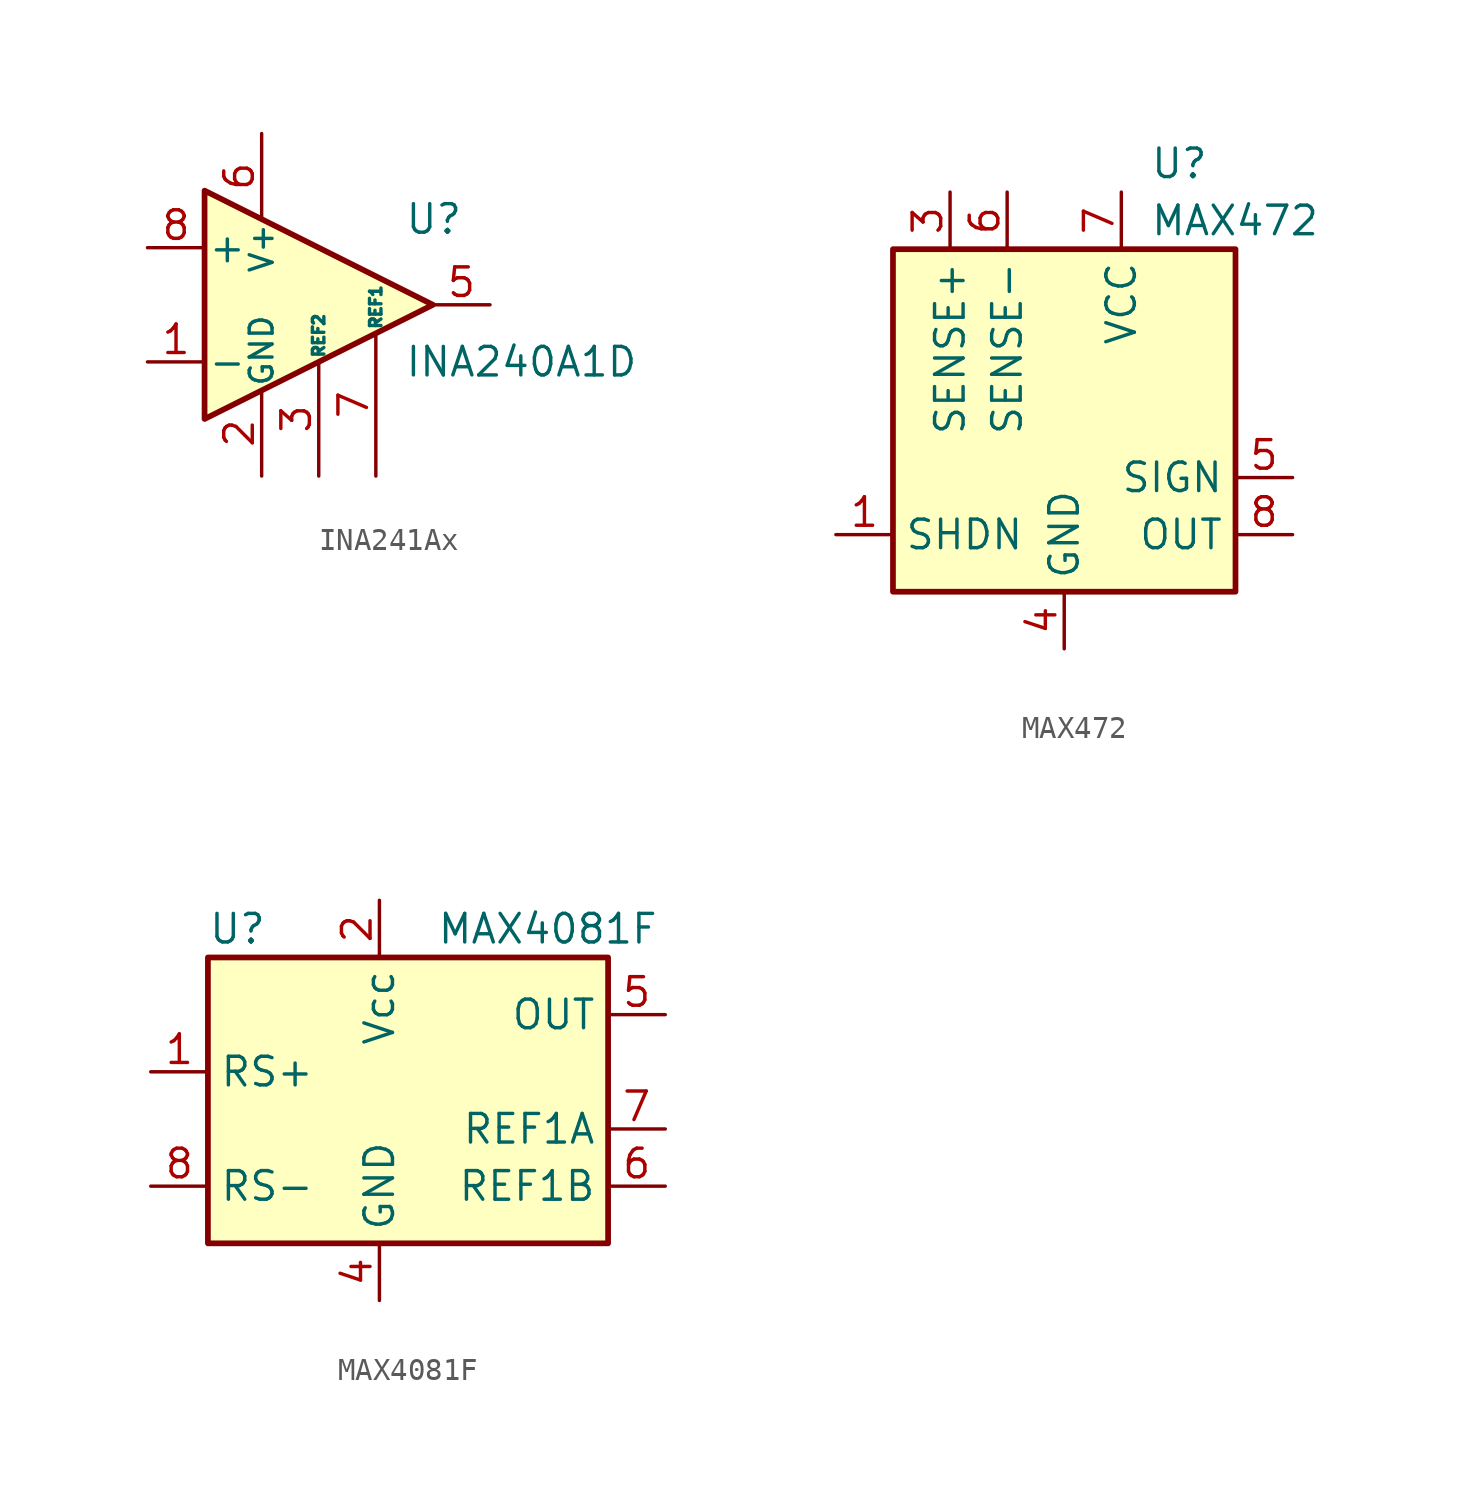
<source format=kicad_sym>
(kicad_symbol_lib
  (version 20220914)
  (generator kicad_symbol_editor)
  (symbol "INA241Ax"
    (pin_names
      (offset 0.127))
    (property "Reference" "U"
      (at 3.81 3.81 0)
      (effects (font (size 1.27 1.27)) (justify left)))
    (property "Value" "INA240A1D"
      (at 3.81 -2.54 0)
      (effects (font (size 1.27 1.27)) (justify left)))
    (symbol "INA241Ax_0_1"
      (polyline (pts (xy 5.08 0) (xy -5.08 5.08) (xy -5.08 -5.08) (xy 5.08 0)) (stroke (width 0.254) (type default)) (fill (type background))))
    (symbol "INA241Ax_1_1"
      (pin input line (at -7.62 -2.54 0) (length 2.54) (name "-" (effects (font (size 1.27 1.27)))) (number "1" (effects (font (size 1.27 1.27)))))
      (pin power_in line (at -2.54 -7.62 90) (length 3.81) (name "GND" (effects (font (size 1.016 1.016)))) (number "2" (effects (font (size 1.27 1.27)))))
      (pin passive line (at 0 -7.62 90) (length 5.08) (name "REF2" (effects (font (size 0.508 0.508)))) (number "3" (effects (font (size 1.27 1.27)))))
      (pin passive line (at -2.54 -7.62 90) (length 3.81) hide (name "GND" (effects (font (size 1.016 1.016)))) (number "4" (effects (font (size 1.27 1.27)))))
      (pin output line (at 7.62 0 180) (length 2.54) (name "~" (effects (font (size 1.27 1.27)))) (number "5" (effects (font (size 1.27 1.27)))))
      (pin power_in line (at -2.54 7.62 270) (length 3.81) (name "V+" (effects (font (size 1.016 1.016)))) (number "6" (effects (font (size 1.27 1.27)))))
      (pin passive line (at 2.54 -7.62 90) (length 6.35) (name "REF1" (effects (font (size 0.508 0.508)))) (number "7" (effects (font (size 1.27 1.27)))))
      (pin input line (at -7.62 2.54 0) (length 2.54) (name "+" (effects (font (size 1.27 1.27)))) (number "8" (effects (font (size 1.27 1.27)))))))
  (symbol "MAX472"
    (property "Reference" "U"
      (at 3.81 11.43 0)
      (effects (font (size 1.27 1.27)) (justify left)))
    (property "Value" "MAX472"
      (at 3.81 8.89 0)
      (effects (font (size 1.27 1.27)) (justify left)))
    (symbol "MAX472_0_1"
      (rectangle (start -7.62 7.62) (end 7.62 -7.62) (stroke (width 0.254) (type default)) (fill (type background))))
    (symbol "MAX472_1_1"
      (pin input line (at -10.16 -5.08 0) (length 2.54) (name "SHDN" (effects (font (size 1.27 1.27)))) (number "1" (effects (font (size 1.27 1.27)))))
      (pin no_connect line (at 10.16 2.54 180) (length 2.54) hide (name "NC" (effects (font (size 1.27 1.27)))) (number "2" (effects (font (size 1.27 1.27)))))
      (pin input line (at -5.08 10.16 270) (length 2.54) (name "SENSE+" (effects (font (size 1.27 1.27)))) (number "3" (effects (font (size 1.27 1.27)))))
      (pin power_in line (at 0 -10.16 90) (length 2.54) (name "GND" (effects (font (size 1.27 1.27)))) (number "4" (effects (font (size 1.27 1.27)))))
      (pin open_collector line (at 10.16 -2.54 180) (length 2.54) (name "SIGN" (effects (font (size 1.27 1.27)))) (number "5" (effects (font (size 1.27 1.27)))))
      (pin input line (at -2.54 10.16 270) (length 2.54) (name "SENSE-" (effects (font (size 1.27 1.27)))) (number "6" (effects (font (size 1.27 1.27)))))
      (pin power_in line (at 2.54 10.16 270) (length 2.54) (name "VCC" (effects (font (size 1.27 1.27)))) (number "7" (effects (font (size 1.27 1.27)))))
      (pin output line (at 10.16 -5.08 180) (length 2.54) (name "OUT" (effects (font (size 1.27 1.27)))) (number "8" (effects (font (size 1.27 1.27)))))))
  (symbol "MAX4081F"
    (property "Reference" "U"
      (at -7.62 8.89 0)
      (effects (font (size 1.27 1.27)) (justify left)))
    (property "Value" "MAX4081F"
      (at 2.54 8.89 0)
      (effects (font (size 1.27 1.27)) (justify left)))
    (symbol "MAX4081F_0_1"
      (rectangle (start -7.62 7.62) (end 10.16 -5.08) (stroke (width 0.254) (type default)) (fill (type background))))
    (symbol "MAX4081F_1_1"
      (pin input line (at -10.16 2.54 0) (length 2.54) (name "RS+" (effects (font (size 1.27 1.27)))) (number "1" (effects (font (size 1.27 1.27)))))
      (pin power_in line (at 0 10.16 270) (length 2.54) (name "Vcc" (effects (font (size 1.27 1.27)))) (number "2" (effects (font (size 1.27 1.27)))))
      (pin no_connect line (at 12.7 2.54 180) (length 2.54) hide (name "NC" (effects (font (size 1.27 1.27)))) (number "3" (effects (font (size 1.27 1.27)))))
      (pin power_in line (at 0 -7.62 90) (length 2.54) (name "GND" (effects (font (size 1.27 1.27)))) (number "4" (effects (font (size 1.27 1.27)))))
      (pin input line (at 12.7 5.08 180) (length 2.54) (name "OUT" (effects (font (size 1.27 1.27)))) (number "5" (effects (font (size 1.27 1.27)))))
      (pin input line (at 12.7 -2.54 180) (length 2.54) (name "REF1B" (effects (font (size 1.27 1.27)))) (number "6" (effects (font (size 1.27 1.27)))))
      (pin input line (at 12.7 0 180) (length 2.54) (name "REF1A" (effects (font (size 1.27 1.27)))) (number "7" (effects (font (size 1.27 1.27)))))
      (pin input line (at -10.16 -2.54 0) (length 2.54) (name "RS-" (effects (font (size 1.27 1.27)))) (number "8" (effects (font (size 1.27 1.27))))))))
</source>
